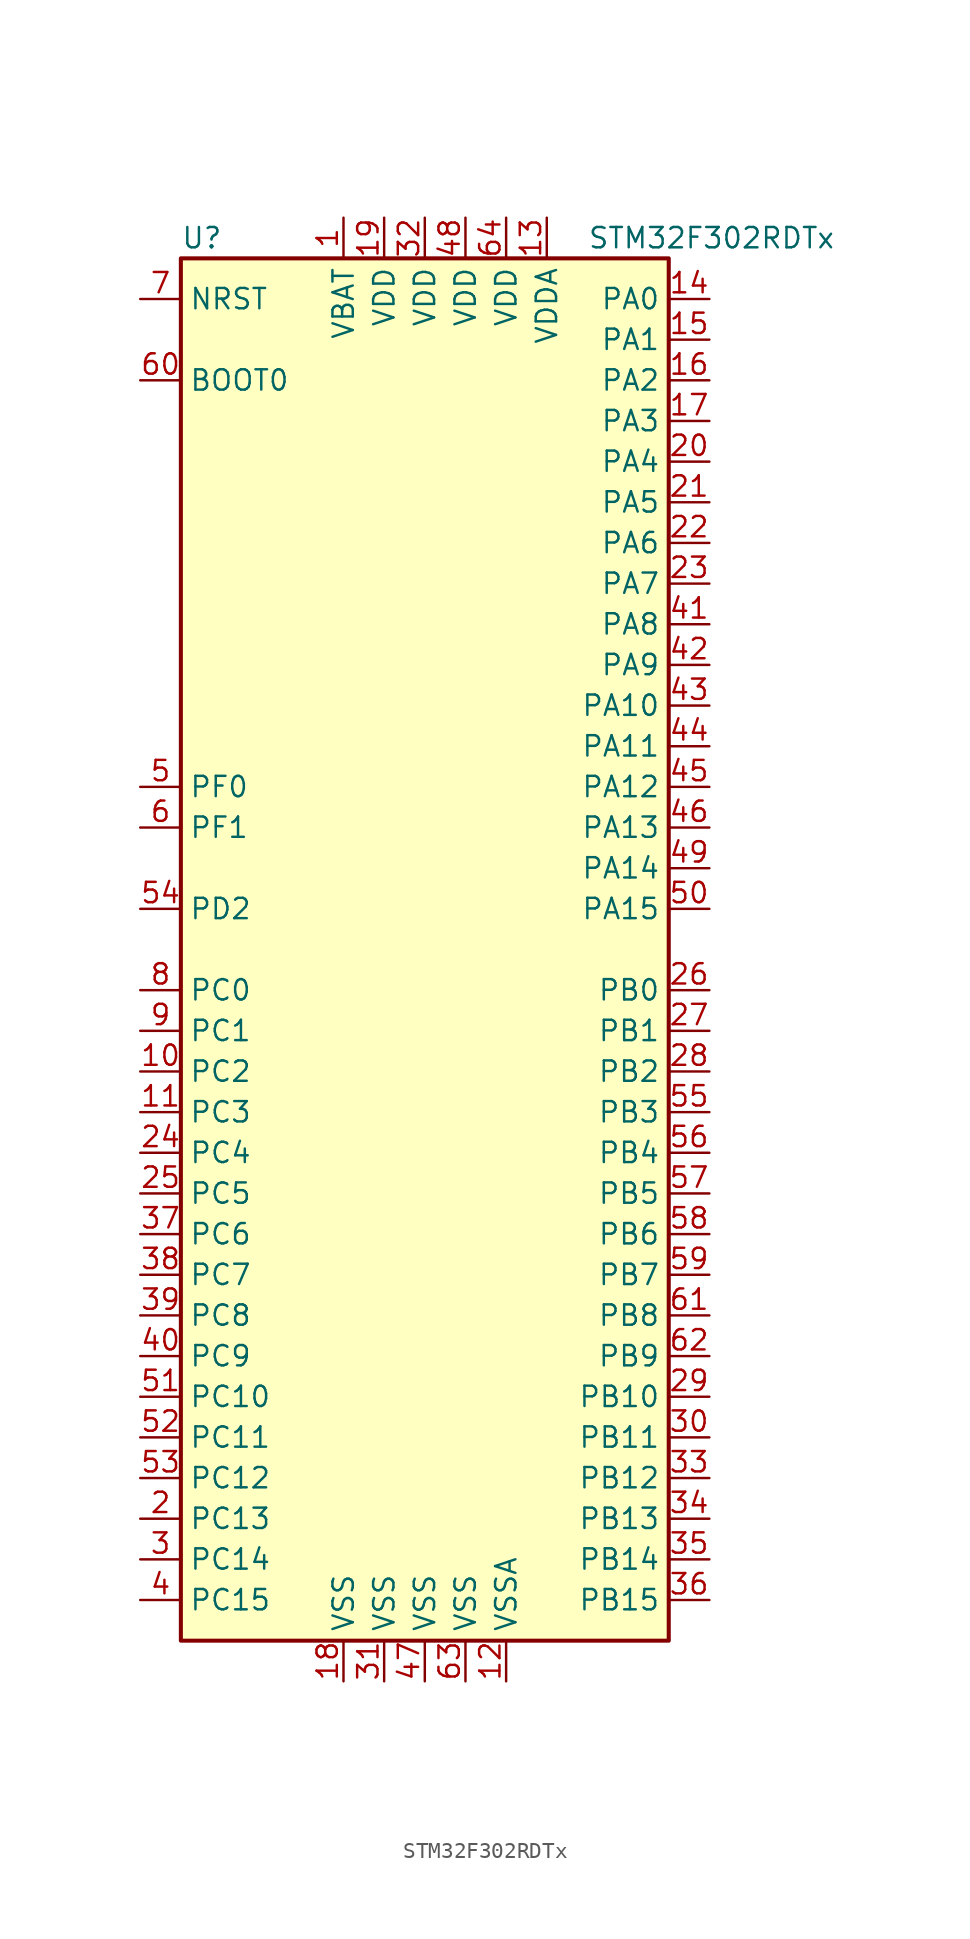
<source format=kicad_sym>
(kicad_symbol_lib
  (version 20201005)
  (generator kicad_symbol_editor)
  (symbol "STM32F302RDTx"
    (property "Reference" "U"
      (at -15.24 44.45 0)
      (effects (font (size 1.27 1.27)) (justify left)))
    (property "Value" "STM32F302RDTx"
      (at 10.16 44.45 0)
      (effects (font (size 1.27 1.27)) (justify left)))
    (symbol "STM32F302RDTx_0_1"
      (rectangle (start -15.24 -43.18) (end 15.24 43.18) (stroke (width 0.254)) (fill (type background))))
    (symbol "STM32F302RDTx_1_1"
      (pin input line (at -17.78 35.56 0) (length 2.54) (name "BOOT0" (effects (font (size 1.27 1.27)))) (number "60" (effects (font (size 1.27 1.27)))))
      (pin input line (at -17.78 40.64 0) (length 2.54) (name "NRST" (effects (font (size 1.27 1.27)))) (number "7" (effects (font (size 1.27 1.27)))))
      (pin bidirectional line (at 17.78 40.64 180) (length 2.54) (name "PA0" (effects (font (size 1.27 1.27)))) (number "14" (effects (font (size 1.27 1.27)))))
      (pin bidirectional line (at 17.78 38.1 180) (length 2.54) (name "PA1" (effects (font (size 1.27 1.27)))) (number "15" (effects (font (size 1.27 1.27)))))
      (pin bidirectional line (at 17.78 15.24 180) (length 2.54) (name "PA10" (effects (font (size 1.27 1.27)))) (number "43" (effects (font (size 1.27 1.27)))))
      (pin bidirectional line (at 17.78 12.7 180) (length 2.54) (name "PA11" (effects (font (size 1.27 1.27)))) (number "44" (effects (font (size 1.27 1.27)))))
      (pin bidirectional line (at 17.78 10.16 180) (length 2.54) (name "PA12" (effects (font (size 1.27 1.27)))) (number "45" (effects (font (size 1.27 1.27)))))
      (pin bidirectional line (at 17.78 7.62 180) (length 2.54) (name "PA13" (effects (font (size 1.27 1.27)))) (number "46" (effects (font (size 1.27 1.27)))))
      (pin bidirectional line (at 17.78 5.08 180) (length 2.54) (name "PA14" (effects (font (size 1.27 1.27)))) (number "49" (effects (font (size 1.27 1.27)))))
      (pin bidirectional line (at 17.78 2.54 180) (length 2.54) (name "PA15" (effects (font (size 1.27 1.27)))) (number "50" (effects (font (size 1.27 1.27)))))
      (pin bidirectional line (at 17.78 35.56 180) (length 2.54) (name "PA2" (effects (font (size 1.27 1.27)))) (number "16" (effects (font (size 1.27 1.27)))))
      (pin bidirectional line (at 17.78 33.02 180) (length 2.54) (name "PA3" (effects (font (size 1.27 1.27)))) (number "17" (effects (font (size 1.27 1.27)))))
      (pin bidirectional line (at 17.78 30.48 180) (length 2.54) (name "PA4" (effects (font (size 1.27 1.27)))) (number "20" (effects (font (size 1.27 1.27)))))
      (pin bidirectional line (at 17.78 27.94 180) (length 2.54) (name "PA5" (effects (font (size 1.27 1.27)))) (number "21" (effects (font (size 1.27 1.27)))))
      (pin bidirectional line (at 17.78 25.4 180) (length 2.54) (name "PA6" (effects (font (size 1.27 1.27)))) (number "22" (effects (font (size 1.27 1.27)))))
      (pin bidirectional line (at 17.78 22.86 180) (length 2.54) (name "PA7" (effects (font (size 1.27 1.27)))) (number "23" (effects (font (size 1.27 1.27)))))
      (pin bidirectional line (at 17.78 20.32 180) (length 2.54) (name "PA8" (effects (font (size 1.27 1.27)))) (number "41" (effects (font (size 1.27 1.27)))))
      (pin bidirectional line (at 17.78 17.78 180) (length 2.54) (name "PA9" (effects (font (size 1.27 1.27)))) (number "42" (effects (font (size 1.27 1.27)))))
      (pin bidirectional line (at 17.78 -2.54 180) (length 2.54) (name "PB0" (effects (font (size 1.27 1.27)))) (number "26" (effects (font (size 1.27 1.27)))))
      (pin bidirectional line (at 17.78 -5.08 180) (length 2.54) (name "PB1" (effects (font (size 1.27 1.27)))) (number "27" (effects (font (size 1.27 1.27)))))
      (pin bidirectional line (at 17.78 -27.94 180) (length 2.54) (name "PB10" (effects (font (size 1.27 1.27)))) (number "29" (effects (font (size 1.27 1.27)))))
      (pin bidirectional line (at 17.78 -30.48 180) (length 2.54) (name "PB11" (effects (font (size 1.27 1.27)))) (number "30" (effects (font (size 1.27 1.27)))))
      (pin bidirectional line (at 17.78 -33.02 180) (length 2.54) (name "PB12" (effects (font (size 1.27 1.27)))) (number "33" (effects (font (size 1.27 1.27)))))
      (pin bidirectional line (at 17.78 -35.56 180) (length 2.54) (name "PB13" (effects (font (size 1.27 1.27)))) (number "34" (effects (font (size 1.27 1.27)))))
      (pin bidirectional line (at 17.78 -38.1 180) (length 2.54) (name "PB14" (effects (font (size 1.27 1.27)))) (number "35" (effects (font (size 1.27 1.27)))))
      (pin bidirectional line (at 17.78 -40.64 180) (length 2.54) (name "PB15" (effects (font (size 1.27 1.27)))) (number "36" (effects (font (size 1.27 1.27)))))
      (pin bidirectional line (at 17.78 -7.62 180) (length 2.54) (name "PB2" (effects (font (size 1.27 1.27)))) (number "28" (effects (font (size 1.27 1.27)))))
      (pin bidirectional line (at 17.78 -10.16 180) (length 2.54) (name "PB3" (effects (font (size 1.27 1.27)))) (number "55" (effects (font (size 1.27 1.27)))))
      (pin bidirectional line (at 17.78 -12.7 180) (length 2.54) (name "PB4" (effects (font (size 1.27 1.27)))) (number "56" (effects (font (size 1.27 1.27)))))
      (pin bidirectional line (at 17.78 -15.24 180) (length 2.54) (name "PB5" (effects (font (size 1.27 1.27)))) (number "57" (effects (font (size 1.27 1.27)))))
      (pin bidirectional line (at 17.78 -17.78 180) (length 2.54) (name "PB6" (effects (font (size 1.27 1.27)))) (number "58" (effects (font (size 1.27 1.27)))))
      (pin bidirectional line (at 17.78 -20.32 180) (length 2.54) (name "PB7" (effects (font (size 1.27 1.27)))) (number "59" (effects (font (size 1.27 1.27)))))
      (pin bidirectional line (at 17.78 -22.86 180) (length 2.54) (name "PB8" (effects (font (size 1.27 1.27)))) (number "61" (effects (font (size 1.27 1.27)))))
      (pin bidirectional line (at 17.78 -25.4 180) (length 2.54) (name "PB9" (effects (font (size 1.27 1.27)))) (number "62" (effects (font (size 1.27 1.27)))))
      (pin bidirectional line (at -17.78 -2.54 0) (length 2.54) (name "PC0" (effects (font (size 1.27 1.27)))) (number "8" (effects (font (size 1.27 1.27)))))
      (pin bidirectional line (at -17.78 -5.08 0) (length 2.54) (name "PC1" (effects (font (size 1.27 1.27)))) (number "9" (effects (font (size 1.27 1.27)))))
      (pin bidirectional line (at -17.78 -27.94 0) (length 2.54) (name "PC10" (effects (font (size 1.27 1.27)))) (number "51" (effects (font (size 1.27 1.27)))))
      (pin bidirectional line (at -17.78 -30.48 0) (length 2.54) (name "PC11" (effects (font (size 1.27 1.27)))) (number "52" (effects (font (size 1.27 1.27)))))
      (pin bidirectional line (at -17.78 -33.02 0) (length 2.54) (name "PC12" (effects (font (size 1.27 1.27)))) (number "53" (effects (font (size 1.27 1.27)))))
      (pin bidirectional line (at -17.78 -35.56 0) (length 2.54) (name "PC13" (effects (font (size 1.27 1.27)))) (number "2" (effects (font (size 1.27 1.27)))))
      (pin bidirectional line (at -17.78 -38.1 0) (length 2.54) (name "PC14" (effects (font (size 1.27 1.27)))) (number "3" (effects (font (size 1.27 1.27)))))
      (pin bidirectional line (at -17.78 -40.64 0) (length 2.54) (name "PC15" (effects (font (size 1.27 1.27)))) (number "4" (effects (font (size 1.27 1.27)))))
      (pin bidirectional line (at -17.78 -7.62 0) (length 2.54) (name "PC2" (effects (font (size 1.27 1.27)))) (number "10" (effects (font (size 1.27 1.27)))))
      (pin bidirectional line (at -17.78 -10.16 0) (length 2.54) (name "PC3" (effects (font (size 1.27 1.27)))) (number "11" (effects (font (size 1.27 1.27)))))
      (pin bidirectional line (at -17.78 -12.7 0) (length 2.54) (name "PC4" (effects (font (size 1.27 1.27)))) (number "24" (effects (font (size 1.27 1.27)))))
      (pin bidirectional line (at -17.78 -15.24 0) (length 2.54) (name "PC5" (effects (font (size 1.27 1.27)))) (number "25" (effects (font (size 1.27 1.27)))))
      (pin bidirectional line (at -17.78 -17.78 0) (length 2.54) (name "PC6" (effects (font (size 1.27 1.27)))) (number "37" (effects (font (size 1.27 1.27)))))
      (pin bidirectional line (at -17.78 -20.32 0) (length 2.54) (name "PC7" (effects (font (size 1.27 1.27)))) (number "38" (effects (font (size 1.27 1.27)))))
      (pin bidirectional line (at -17.78 -22.86 0) (length 2.54) (name "PC8" (effects (font (size 1.27 1.27)))) (number "39" (effects (font (size 1.27 1.27)))))
      (pin bidirectional line (at -17.78 -25.4 0) (length 2.54) (name "PC9" (effects (font (size 1.27 1.27)))) (number "40" (effects (font (size 1.27 1.27)))))
      (pin bidirectional line (at -17.78 2.54 0) (length 2.54) (name "PD2" (effects (font (size 1.27 1.27)))) (number "54" (effects (font (size 1.27 1.27)))))
      (pin input line (at -17.78 10.16 0) (length 2.54) (name "PF0" (effects (font (size 1.27 1.27)))) (number "5" (effects (font (size 1.27 1.27)))))
      (pin input line (at -17.78 7.62 0) (length 2.54) (name "PF1" (effects (font (size 1.27 1.27)))) (number "6" (effects (font (size 1.27 1.27)))))
      (pin power_in line (at -5.08 45.72 270) (length 2.54) (name "VBAT" (effects (font (size 1.27 1.27)))) (number "1" (effects (font (size 1.27 1.27)))))
      (pin power_in line (at -2.54 45.72 270) (length 2.54) (name "VDD" (effects (font (size 1.27 1.27)))) (number "19" (effects (font (size 1.27 1.27)))))
      (pin power_in line (at 0 45.72 270) (length 2.54) (name "VDD" (effects (font (size 1.27 1.27)))) (number "32" (effects (font (size 1.27 1.27)))))
      (pin power_in line (at 2.54 45.72 270) (length 2.54) (name "VDD" (effects (font (size 1.27 1.27)))) (number "48" (effects (font (size 1.27 1.27)))))
      (pin power_in line (at 5.08 45.72 270) (length 2.54) (name "VDD" (effects (font (size 1.27 1.27)))) (number "64" (effects (font (size 1.27 1.27)))))
      (pin power_in line (at 7.62 45.72 270) (length 2.54) (name "VDDA" (effects (font (size 1.27 1.27)))) (number "13" (effects (font (size 1.27 1.27)))))
      (pin power_in line (at -5.08 -45.72 90) (length 2.54) (name "VSS" (effects (font (size 1.27 1.27)))) (number "18" (effects (font (size 1.27 1.27)))))
      (pin power_in line (at -2.54 -45.72 90) (length 2.54) (name "VSS" (effects (font (size 1.27 1.27)))) (number "31" (effects (font (size 1.27 1.27)))))
      (pin power_in line (at 0 -45.72 90) (length 2.54) (name "VSS" (effects (font (size 1.27 1.27)))) (number "47" (effects (font (size 1.27 1.27)))))
      (pin power_in line (at 2.54 -45.72 90) (length 2.54) (name "VSS" (effects (font (size 1.27 1.27)))) (number "63" (effects (font (size 1.27 1.27)))))
      (pin power_in line (at 5.08 -45.72 90) (length 2.54) (name "VSSA" (effects (font (size 1.27 1.27)))) (number "12" (effects (font (size 1.27 1.27))))))))
</source>
